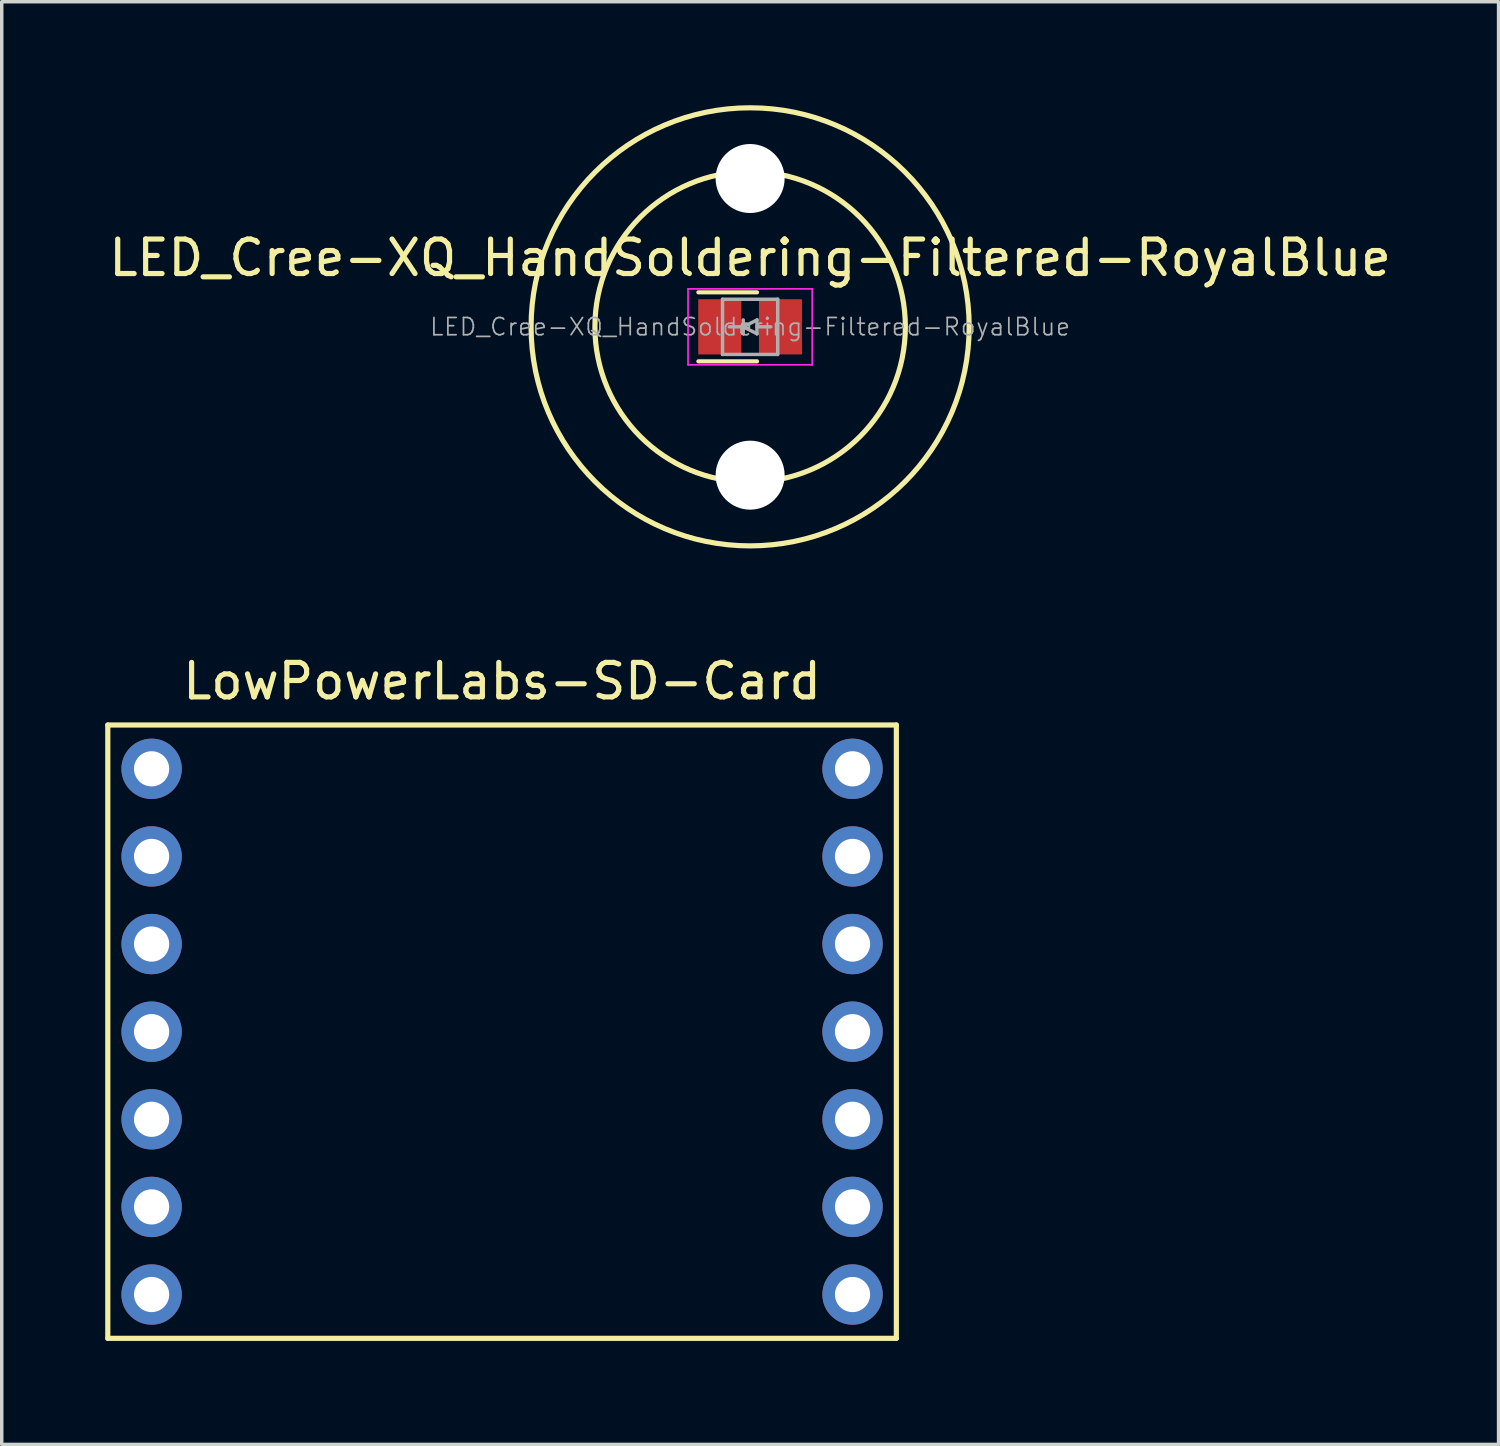
<source format=kicad_pcb>
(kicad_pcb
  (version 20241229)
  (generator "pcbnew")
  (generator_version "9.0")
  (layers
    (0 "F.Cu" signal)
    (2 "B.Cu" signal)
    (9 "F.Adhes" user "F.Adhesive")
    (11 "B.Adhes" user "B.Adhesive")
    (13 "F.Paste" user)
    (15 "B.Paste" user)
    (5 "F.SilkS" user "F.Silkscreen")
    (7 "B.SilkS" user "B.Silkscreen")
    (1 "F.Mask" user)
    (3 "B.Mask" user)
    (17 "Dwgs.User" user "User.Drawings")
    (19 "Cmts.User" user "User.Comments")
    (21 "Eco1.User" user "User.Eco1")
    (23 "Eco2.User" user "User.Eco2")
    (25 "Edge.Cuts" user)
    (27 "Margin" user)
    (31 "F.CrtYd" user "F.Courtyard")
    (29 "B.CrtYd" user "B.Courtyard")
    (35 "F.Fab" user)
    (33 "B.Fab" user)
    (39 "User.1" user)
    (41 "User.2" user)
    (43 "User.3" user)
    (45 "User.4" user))
  (footprint "LED_Cree-XQ_HandSoldering-Filtered-RoyalBlue"
    (layer "F.Cu")
    (at 18.696 6.425)
    (property "Reference" "LED_Cree-XQ_HandSoldering-Filtered-RoyalBlue" (at 0 -2 0) (layer "F.SilkS") (effects (font (size 1 1) (thickness 0.15))))
    (attr smd)
    (fp_line (start 0.2 -1) (end -1.5 -1) (stroke (width 0.12) (type solid)) (layer "F.SilkS"))
    (fp_line (start 0.2 1) (end -1.5 1) (stroke (width 0.12) (type solid)) (layer "F.SilkS"))
    (fp_circle (center 0 0) (end 4.5 0) (stroke (width 0.15) (type solid)) (fill no) (layer "F.SilkS"))
    (fp_circle (center 0 0) (end 6.35 0) (stroke (width 0.15) (type solid)) (fill no) (layer "F.SilkS"))
    (fp_line (start -1.8 -1.1) (end 1.8 -1.1) (stroke (width 0.05) (type solid)) (layer "F.CrtYd"))
    (fp_line (start -1.8 1.1) (end -1.8 -1.1) (stroke (width 0.05) (type solid)) (layer "F.CrtYd"))
    (fp_line (start 1.8 -1.1) (end 1.8 1.1) (stroke (width 0.05) (type solid)) (layer "F.CrtYd"))
    (fp_line (start 1.8 1.1) (end -1.8 1.1) (stroke (width 0.05) (type solid)) (layer "F.CrtYd"))
    (fp_line (start -0.8 -0.8) (end 0.8 -0.8) (stroke (width 0.1) (type solid)) (layer "F.Fab"))
    (fp_line (start -0.8 0.8) (end -0.8 -0.8) (stroke (width 0.1) (type solid)) (layer "F.Fab"))
    (fp_line (start -0.6 0) (end -0.2 0) (stroke (width 0.1) (type solid)) (layer "F.Fab"))
    (fp_line (start -0.2 -0.2) (end -0.2 0.2) (stroke (width 0.1) (type solid)) (layer "F.Fab"))
    (fp_line (start -0.2 0) (end 0.2 -0.2) (stroke (width 0.1) (type solid)) (layer "F.Fab"))
    (fp_line (start 0.2 -0.2) (end 0.2 0.2) (stroke (width 0.1) (type solid)) (layer "F.Fab"))
    (fp_line (start 0.2 0.2) (end -0.2 0) (stroke (width 0.1) (type solid)) (layer "F.Fab"))
    (fp_line (start 0.6 0) (end 0.2 0) (stroke (width 0.1) (type solid)) (layer "F.Fab"))
    (fp_line (start 0.8 -0.8) (end 0.8 0.8) (stroke (width 0.1) (type solid)) (layer "F.Fab"))
    (fp_line (start 0.8 0.8) (end -0.8 0.8) (stroke (width 0.1) (type solid)) (layer "F.Fab"))
    (fp_text user "${REFERENCE}" (at 0 0 0) (layer "F.Fab") (effects (font (size 0.5 0.5) (thickness 0.05))))
    (pad "" np_thru_hole circle (at 0 -4.3) (size 2 2) (drill 2) (layers "*.Cu" "*.Mask"))
    (pad "" np_thru_hole circle (at 0 4.3) (size 2 2) (drill 2) (layers "*.Cu" "*.Mask"))
    (pad "1" smd rect (at -0.88 0) (size 1.25 1.6) (layers "F.Cu" "F.Mask" "F.Paste"))
    (pad "2" smd rect (at 0.88 0) (size 1.25 1.6) (layers "F.Cu" "F.Mask" "F.Paste")))
  (footprint "LowPowerLabs-SD-Card"
    (layer "F.Cu")
    (at 11.505 28.128)
    (property "Reference" "LowPowerLabs-SD-Card" (at 0 -11.43 0) (layer "F.SilkS") (effects (font (size 1 1) (thickness 0.15))))
    (attr through_hole)
    (fp_line (start -11.43 -10.16) (end 11.43 -10.16) (stroke (width 0.15) (type solid)) (layer "F.SilkS"))
    (fp_line (start -11.43 7.62) (end -11.43 -10.16) (stroke (width 0.15) (type solid)) (layer "F.SilkS"))
    (fp_line (start -11.43 7.62) (end 11.43 7.62) (stroke (width 0.15) (type solid)) (layer "F.SilkS"))
    (fp_line (start 11.43 -10.16) (end 11.43 7.62) (stroke (width 0.15) (type solid)) (layer "F.SilkS"))
    (pad "1" thru_hole circle (at -10.16 -8.89) (size 1.75 1.75) (drill 1.02) (layers "*.Cu" "*.Mask"))
    (pad "2" thru_hole circle (at -10.16 -6.35) (size 1.75 1.75) (drill 1.02) (layers "*.Cu" "*.Mask"))
    (pad "3" thru_hole circle (at -10.16 -3.81) (size 1.75 1.75) (drill 1.02) (layers "*.Cu" "*.Mask"))
    (pad "4" thru_hole circle (at -10.16 -1.27) (size 1.75 1.75) (drill 1.02) (layers "*.Cu" "*.Mask"))
    (pad "5" thru_hole circle (at -10.16 1.27) (size 1.75 1.75) (drill 1.02) (layers "*.Cu" "*.Mask"))
    (pad "6" thru_hole circle (at -10.16 3.81) (size 1.75 1.75) (drill 1.02) (layers "*.Cu" "*.Mask"))
    (pad "7" thru_hole circle (at -10.16 6.35) (size 1.75 1.75) (drill 1.02) (layers "*.Cu" "*.Mask"))
    (pad "8" thru_hole circle (at 10.16 6.35) (size 1.75 1.75) (drill 1.02) (layers "*.Cu" "*.Mask"))
    (pad "9" thru_hole circle (at 10.16 3.81) (size 1.75 1.75) (drill 1.02) (layers "*.Cu" "*.Mask"))
    (pad "10" thru_hole circle (at 10.16 1.27) (size 1.75 1.75) (drill 1.02) (layers "*.Cu" "*.Mask"))
    (pad "11" thru_hole circle (at 10.16 -1.27) (size 1.75 1.75) (drill 1.02) (layers "*.Cu" "*.Mask"))
    (pad "12" thru_hole circle (at 10.16 -3.81) (size 1.75 1.75) (drill 1.02) (layers "*.Cu" "*.Mask"))
    (pad "13" thru_hole circle (at 10.16 -6.35) (size 1.75 1.75) (drill 1.02) (layers "*.Cu" "*.Mask"))
    (pad "14" thru_hole circle (at 10.16 -8.89) (size 1.75 1.75) (drill 1.02) (layers "*.Cu" "*.Mask")))
  (gr_rect
    (start -3 -3)
    (end 40.393 38.823)
    (stroke (width 0.1) (type default))
    (fill no)
    (layer "Edge.Cuts")))
</source>
